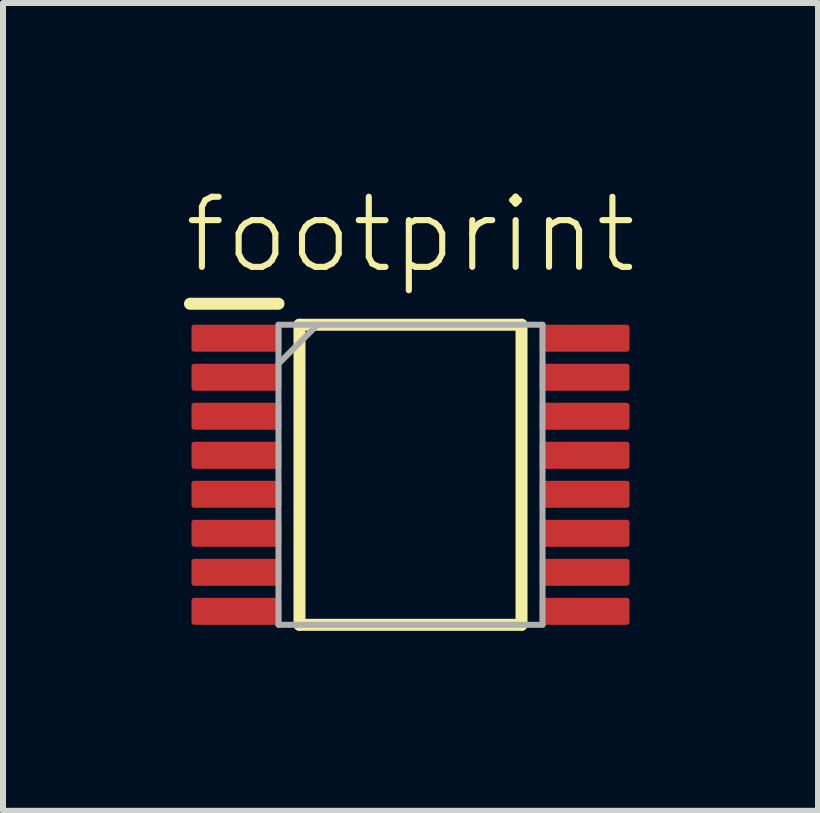
<source format=kicad_pcb>
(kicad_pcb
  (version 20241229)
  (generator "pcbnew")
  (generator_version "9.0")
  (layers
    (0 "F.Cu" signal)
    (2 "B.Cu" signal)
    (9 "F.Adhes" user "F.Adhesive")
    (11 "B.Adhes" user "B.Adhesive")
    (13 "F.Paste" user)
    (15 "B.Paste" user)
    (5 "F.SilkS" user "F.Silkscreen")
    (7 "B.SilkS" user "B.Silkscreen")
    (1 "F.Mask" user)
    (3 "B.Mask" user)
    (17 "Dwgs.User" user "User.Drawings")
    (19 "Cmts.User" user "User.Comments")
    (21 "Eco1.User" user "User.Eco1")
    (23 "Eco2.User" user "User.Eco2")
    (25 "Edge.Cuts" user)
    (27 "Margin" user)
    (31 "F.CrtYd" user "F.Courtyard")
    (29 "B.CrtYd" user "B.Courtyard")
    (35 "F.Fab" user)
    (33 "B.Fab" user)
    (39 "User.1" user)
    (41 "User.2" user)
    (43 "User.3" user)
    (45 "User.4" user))
  (footprint "footprint"
    (layer "F.Cu")
    (at 3.791 4.862)
    (property "Reference" "footprint" (at 0 -4 0) (layer "F.SilkS") (effects (font (size 1.168 1.168) (thickness 0.102))))
    (fp_line (start -3.675 -2.85) (end -2.2 -2.85) (stroke (width 0.2) (type solid)) (layer "F.SilkS"))
    (fp_line (start -1.85 -2.5) (end 1.85 -2.5) (stroke (width 0.2) (type solid)) (layer "F.SilkS"))
    (fp_line (start -1.85 2.5) (end -1.85 -2.5) (stroke (width 0.2) (type solid)) (layer "F.SilkS"))
    (fp_line (start 1.85 -2.5) (end 1.85 2.5) (stroke (width 0.2) (type solid)) (layer "F.SilkS"))
    (fp_line (start 1.85 2.5) (end -1.85 2.5) (stroke (width 0.2) (type solid)) (layer "F.SilkS"))
    (fp_line (start -2.2 -2.5) (end 2.2 -2.5) (stroke (width 0.1) (type solid)) (layer "F.Fab"))
    (fp_line (start -2.2 -1.85) (end -1.55 -2.5) (stroke (width 0.1) (type solid)) (layer "F.Fab"))
    (fp_line (start -2.2 2.5) (end -2.2 -2.5) (stroke (width 0.1) (type solid)) (layer "F.Fab"))
    (fp_line (start 2.2 -2.5) (end 2.2 2.5) (stroke (width 0.1) (type solid)) (layer "F.Fab"))
    (fp_line (start 2.2 2.5) (end -2.2 2.5) (stroke (width 0.1) (type solid)) (layer "F.Fab"))
    (pad "1" smd roundrect (at -2.9 -2.275) (size 1.5 0.45) (layers "F.Cu" "F.Mask" "F.Paste") (roundrect_rratio 0.1))
    (pad "2" smd roundrect (at -2.9 -1.625) (size 1.5 0.45) (layers "F.Cu" "F.Mask" "F.Paste") (roundrect_rratio 0.1))
    (pad "3" smd roundrect (at -2.9 -0.975) (size 1.5 0.45) (layers "F.Cu" "F.Mask" "F.Paste") (roundrect_rratio 0.1))
    (pad "4" smd roundrect (at -2.9 -0.325) (size 1.5 0.45) (layers "F.Cu" "F.Mask" "F.Paste") (roundrect_rratio 0.1))
    (pad "5" smd roundrect (at -2.9 0.325) (size 1.5 0.45) (layers "F.Cu" "F.Mask" "F.Paste") (roundrect_rratio 0.1))
    (pad "6" smd roundrect (at -2.9 0.975) (size 1.5 0.45) (layers "F.Cu" "F.Mask" "F.Paste") (roundrect_rratio 0.1))
    (pad "7" smd roundrect (at -2.9 1.625) (size 1.5 0.45) (layers "F.Cu" "F.Mask" "F.Paste") (roundrect_rratio 0.1))
    (pad "8" smd roundrect (at -2.9 2.275) (size 1.5 0.45) (layers "F.Cu" "F.Mask" "F.Paste") (roundrect_rratio 0.1))
    (pad "9" smd roundrect (at 2.9 2.275) (size 1.5 0.45) (layers "F.Cu" "F.Mask" "F.Paste") (roundrect_rratio 0.1))
    (pad "10" smd roundrect (at 2.9 1.625) (size 1.5 0.45) (layers "F.Cu" "F.Mask" "F.Paste") (roundrect_rratio 0.1))
    (pad "11" smd roundrect (at 2.9 0.975) (size 1.5 0.45) (layers "F.Cu" "F.Mask" "F.Paste") (roundrect_rratio 0.1))
    (pad "12" smd roundrect (at 2.9 0.325) (size 1.5 0.45) (layers "F.Cu" "F.Mask" "F.Paste") (roundrect_rratio 0.1))
    (pad "13" smd roundrect (at 2.9 -0.325) (size 1.5 0.45) (layers "F.Cu" "F.Mask" "F.Paste") (roundrect_rratio 0.1))
    (pad "14" smd roundrect (at 2.9 -0.975) (size 1.5 0.45) (layers "F.Cu" "F.Mask" "F.Paste") (roundrect_rratio 0.1))
    (pad "15" smd roundrect (at 2.9 -1.625) (size 1.5 0.45) (layers "F.Cu" "F.Mask" "F.Paste") (roundrect_rratio 0.1))
    (pad "16" smd roundrect (at 2.9 -2.275) (size 1.5 0.45) (layers "F.Cu" "F.Mask" "F.Paste") (roundrect_rratio 0.1)))
  (gr_rect
    (start -3 -3)
    (end 10.582 10.462)
    (stroke (width 0.1) (type default))
    (fill no)
    (layer "Edge.Cuts")))
</source>
